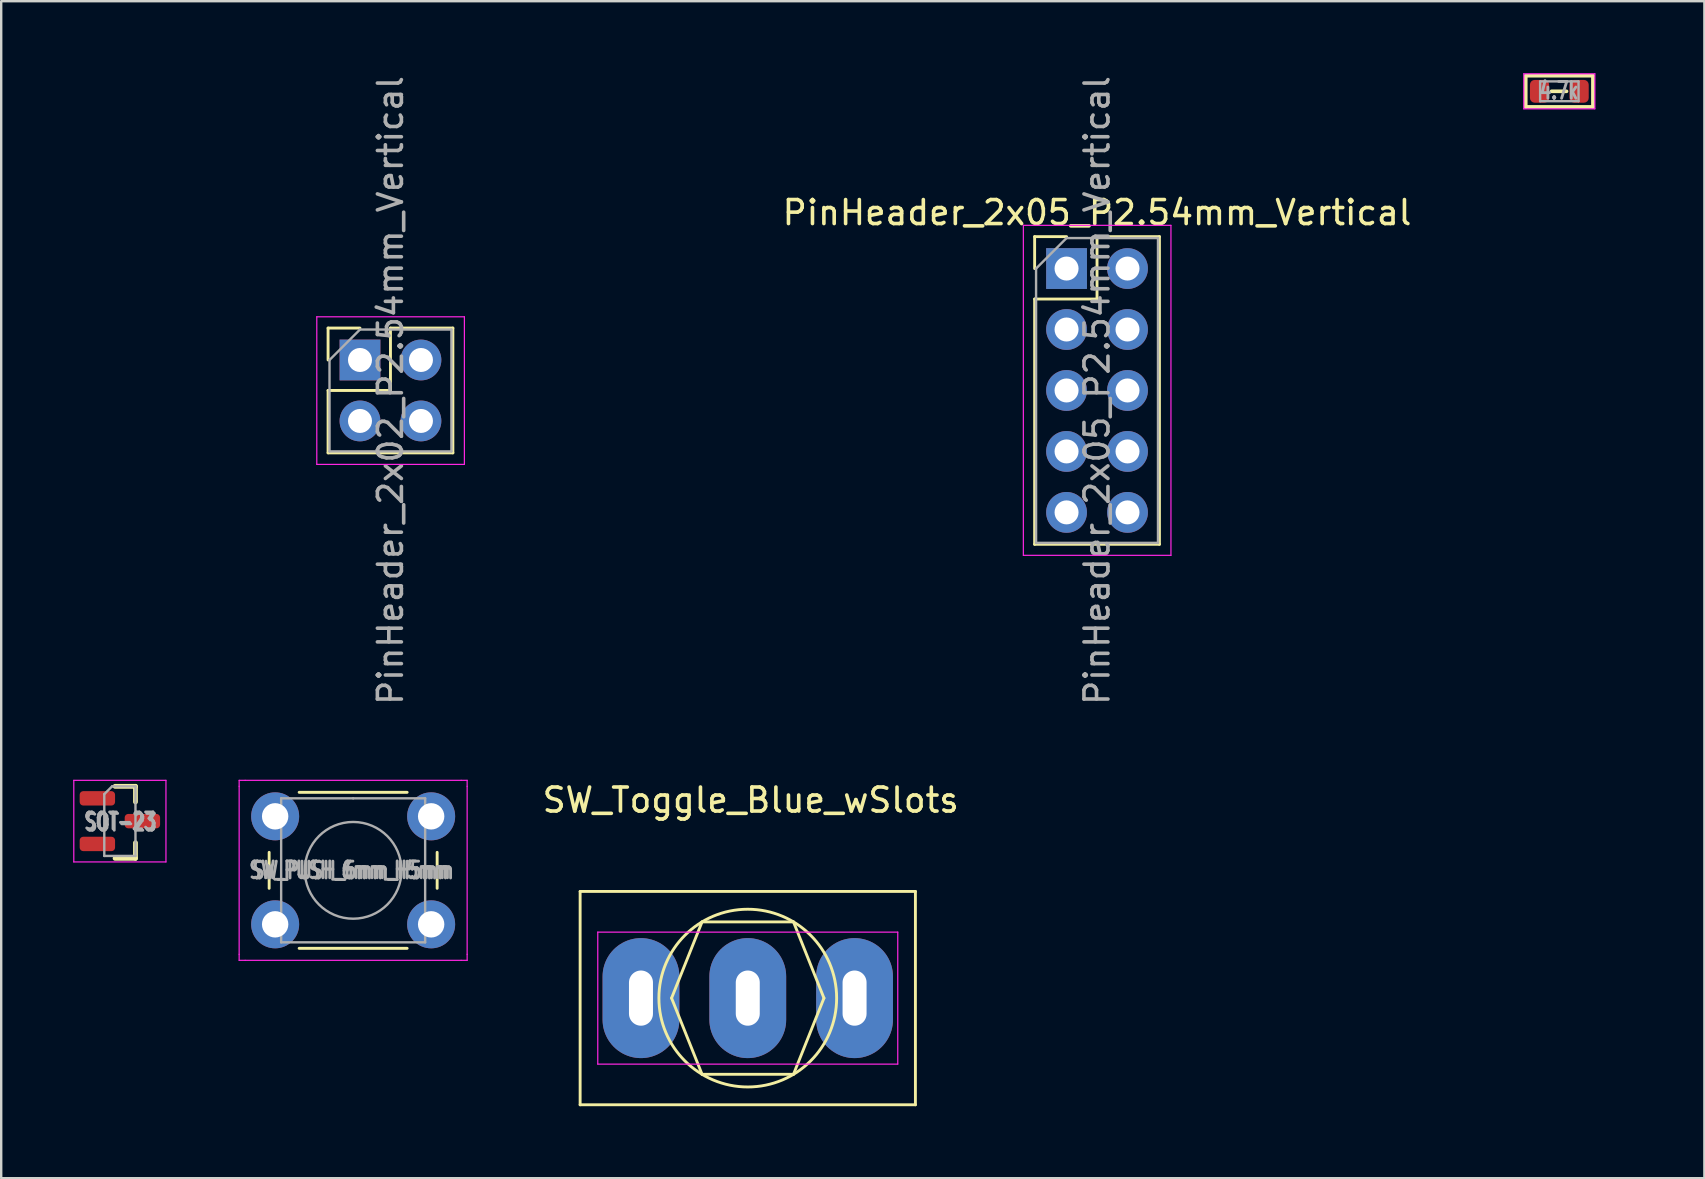
<source format=kicad_pcb>
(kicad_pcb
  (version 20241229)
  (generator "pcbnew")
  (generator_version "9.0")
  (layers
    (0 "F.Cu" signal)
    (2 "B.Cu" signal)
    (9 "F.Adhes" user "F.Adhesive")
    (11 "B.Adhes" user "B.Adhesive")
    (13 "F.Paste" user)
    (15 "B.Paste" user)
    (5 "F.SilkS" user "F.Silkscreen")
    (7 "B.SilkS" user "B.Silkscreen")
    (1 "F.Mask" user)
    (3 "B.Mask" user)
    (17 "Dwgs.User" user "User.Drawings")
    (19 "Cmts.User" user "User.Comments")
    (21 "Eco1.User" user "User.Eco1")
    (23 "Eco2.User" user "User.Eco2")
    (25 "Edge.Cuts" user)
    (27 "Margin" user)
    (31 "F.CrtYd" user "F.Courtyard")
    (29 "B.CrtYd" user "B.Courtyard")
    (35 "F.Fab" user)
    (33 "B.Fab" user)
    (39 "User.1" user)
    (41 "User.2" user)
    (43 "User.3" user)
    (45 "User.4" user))
  (footprint "SW_PUSH_6mm_H5mm"
    (layer "F.Cu")
    (at 8.415 30.965)
    (property "Reference" "SW_PUSH_6mm_H5mm" (at 3.12 2.24 0) (layer "F.Fab") (effects (font (size 0.7 0.5) (thickness 0.12))))
    (attr through_hole)
    (fp_line (start -0.25 1.5) (end -0.25 3) (stroke (width 0.12) (type solid)) (layer "F.SilkS"))
    (fp_line (start 1 5.5) (end 5.5 5.5) (stroke (width 0.12) (type solid)) (layer "F.SilkS"))
    (fp_line (start 5.5 -1) (end 1 -1) (stroke (width 0.12) (type solid)) (layer "F.SilkS"))
    (fp_line (start 6.75 3) (end 6.75 1.5) (stroke (width 0.12) (type solid)) (layer "F.SilkS"))
    (fp_line (start -1.5 -1.5) (end -1.25 -1.5) (stroke (width 0.05) (type solid)) (layer "F.CrtYd"))
    (fp_line (start -1.5 -1.25) (end -1.5 -1.5) (stroke (width 0.05) (type solid)) (layer "F.CrtYd"))
    (fp_line (start -1.5 5.75) (end -1.5 -1.25) (stroke (width 0.05) (type solid)) (layer "F.CrtYd"))
    (fp_line (start -1.5 5.75) (end -1.5 6) (stroke (width 0.05) (type solid)) (layer "F.CrtYd"))
    (fp_line (start -1.5 6) (end -1.25 6) (stroke (width 0.05) (type solid)) (layer "F.CrtYd"))
    (fp_line (start -1.25 -1.5) (end 7.75 -1.5) (stroke (width 0.05) (type solid)) (layer "F.CrtYd"))
    (fp_line (start 7.75 -1.5) (end 8 -1.5) (stroke (width 0.05) (type solid)) (layer "F.CrtYd"))
    (fp_line (start 7.75 6) (end -1.25 6) (stroke (width 0.05) (type solid)) (layer "F.CrtYd"))
    (fp_line (start 7.75 6) (end 8 6) (stroke (width 0.05) (type solid)) (layer "F.CrtYd"))
    (fp_line (start 8 -1.5) (end 8 -1.25) (stroke (width 0.05) (type solid)) (layer "F.CrtYd"))
    (fp_line (start 8 -1.25) (end 8 5.75) (stroke (width 0.05) (type solid)) (layer "F.CrtYd"))
    (fp_line (start 8 6) (end 8 5.75) (stroke (width 0.05) (type solid)) (layer "F.CrtYd"))
    (fp_line (start 0.25 -0.75) (end 3.25 -0.75) (stroke (width 0.1) (type solid)) (layer "F.Fab"))
    (fp_line (start 0.25 5.25) (end 0.25 -0.75) (stroke (width 0.1) (type solid)) (layer "F.Fab"))
    (fp_line (start 3.25 -0.75) (end 6.25 -0.75) (stroke (width 0.1) (type solid)) (layer "F.Fab"))
    (fp_line (start 6.25 -0.75) (end 6.25 5.25) (stroke (width 0.1) (type solid)) (layer "F.Fab"))
    (fp_line (start 6.25 5.25) (end 0.25 5.25) (stroke (width 0.1) (type solid)) (layer "F.Fab"))
    (fp_circle (center 3.25 2.25) (end 1.25 2.5) (stroke (width 0.1) (type solid)) (fill no) (layer "F.Fab"))
    (fp_text user "${REFERENCE}" (at 3.25 2.25 0) (layer "F.Fab") (effects (font (size 0.7 0.5) (thickness 0.12))))
    (pad "1" thru_hole circle (at 0 0 90) (size 2 2) (drill 1.1) (layers "*.Cu" "*.Mask"))
    (pad "1" thru_hole circle (at 6.5 0 90) (size 2 2) (drill 1.1) (layers "*.Cu" "*.Mask"))
    (pad "2" thru_hole circle (at 0 4.5 90) (size 2 2) (drill 1.1) (layers "*.Cu" "*.Mask"))
    (pad "2" thru_hole circle (at 6.5 4.5 90) (size 2 2) (drill 1.1) (layers "*.Cu" "*.Mask")))
  (footprint "R_0603_1608Metric"
    (layer "F.Cu")
    (at 61.924 0.755)
    (property "Reference" "R_0603_1608Metric" (at -0.025 0.075 0) (layer "User.5") (effects (font (size 0.6 0.4) (thickness 0.1) (bold yes))))
    (property "Value" "4.7k" (at 0 0 0) (layer "User.1") (hide yes) (effects (font (size 0.6 0.4) (thickness 0.1))))
    (attr smd)
    (fp_line (start -1.4 -0.65) (end 1.4 -0.65) (stroke (width 0.152) (type solid)) (layer "F.SilkS"))
    (fp_line (start -1.4 0.65) (end -1.4 -0.65) (stroke (width 0.152) (type solid)) (layer "F.SilkS"))
    (fp_line (start -1.4 0.65) (end 1.4 0.65) (stroke (width 0.152) (type solid)) (layer "F.SilkS"))
    (fp_line (start -0.325 0) (end 0.3 0) (stroke (width 0.152) (type solid)) (layer "F.SilkS"))
    (fp_line (start 1.4 0.65) (end 1.4 -0.65) (stroke (width 0.152) (type solid)) (layer "F.SilkS"))
    (fp_line (start -1.48 -0.73) (end 1.48 -0.73) (stroke (width 0.05) (type solid)) (layer "F.CrtYd"))
    (fp_line (start -1.48 0.73) (end -1.48 -0.73) (stroke (width 0.05) (type solid)) (layer "F.CrtYd"))
    (fp_line (start 1.48 -0.73) (end 1.48 0.73) (stroke (width 0.05) (type solid)) (layer "F.CrtYd"))
    (fp_line (start 1.48 0.73) (end -1.48 0.73) (stroke (width 0.05) (type solid)) (layer "F.CrtYd"))
    (fp_line (start -0.8 -0.412) (end 0.8 -0.412) (stroke (width 0.1) (type solid)) (layer "F.Fab"))
    (fp_line (start -0.8 0.412) (end -0.8 -0.412) (stroke (width 0.1) (type solid)) (layer "F.Fab"))
    (fp_line (start 0.8 -0.412) (end 0.8 0.412) (stroke (width 0.1) (type solid)) (layer "F.Fab"))
    (fp_line (start 0.8 0.412) (end -0.8 0.412) (stroke (width 0.1) (type solid)) (layer "F.Fab"))
    (fp_text user "${VALUE}" (at -0.889 0.381 0) (unlocked yes) (layer "F.Fab") (effects (font (size 0.7 0.5) (thickness 0.12) (bold yes)) (justify left bottom)))
    (fp_text user "${REFERENCE}" (at 0 0 0) (layer "User.3") (effects (font (size 0.6 0.4) (thickness 0.1))))
    (pad "1" smd roundrect (at -0.825 0 180) (size 0.8 0.95) (layers "F.Cu" "F.Mask" "F.Paste") (roundrect_rratio 0.25))
    (pad "2" smd roundrect (at 0.825 0 180) (size 0.8 0.95) (layers "F.Cu" "F.Mask" "F.Paste") (roundrect_rratio 0.25)))
  (footprint "SOT-23"
    (layer "F.Cu")
    (at 1.945 31.165)
    (property "Reference" "SOT-23" (at 0.05 0.06 0) (layer "F.Fab") (effects (font (size 0.7 0.5) (thickness 0.12))))
    (attr smd)
    (fp_line (start 0 1.56) (end 0.65 1.56) (stroke (width 0.12) (type solid)) (layer "F.SilkS"))
    (fp_line (start 0.65 -1.45) (end -0.2 -1.45) (stroke (width 0.2) (type solid)) (layer "F.SilkS"))
    (fp_line (start 0.65 -0.8) (end 0.65 -1.45) (stroke (width 0.2) (type solid)) (layer "F.SilkS"))
    (fp_line (start 0.65 1.55) (end -0.2 1.55) (stroke (width 0.2) (type solid)) (layer "F.SilkS"))
    (fp_line (start 0.65 1.55) (end 0.65 0.9) (stroke (width 0.2) (type solid)) (layer "F.SilkS"))
    (fp_line (start -1.92 -1.7) (end -1.92 1.7) (stroke (width 0.05) (type solid)) (layer "F.CrtYd"))
    (fp_line (start -1.92 1.7) (end 1.92 1.7) (stroke (width 0.05) (type solid)) (layer "F.CrtYd"))
    (fp_line (start 1.92 -1.7) (end -1.92 -1.7) (stroke (width 0.05) (type solid)) (layer "F.CrtYd"))
    (fp_line (start 1.92 1.7) (end 1.92 -1.7) (stroke (width 0.05) (type solid)) (layer "F.CrtYd"))
    (fp_line (start -0.65 -1.125) (end -0.325 -1.45) (stroke (width 0.1) (type solid)) (layer "F.Fab"))
    (fp_line (start -0.65 1.45) (end -0.65 -1.125) (stroke (width 0.1) (type solid)) (layer "F.Fab"))
    (fp_line (start -0.325 -1.45) (end 0.65 -1.45) (stroke (width 0.1) (type solid)) (layer "F.Fab"))
    (fp_line (start 0.65 -1.45) (end 0.65 1.45) (stroke (width 0.1) (type solid)) (layer "F.Fab"))
    (fp_line (start 0.65 1.45) (end -0.65 1.45) (stroke (width 0.1) (type solid)) (layer "F.Fab"))
    (fp_text user "${REFERENCE}" (at 0 0 0) (layer "F.Fab") (effects (font (size 0.7 0.5) (thickness 0.12))))
    (pad "1" smd roundrect (at -0.938 -0.95) (size 1.475 0.6) (layers "F.Cu" "F.Mask" "F.Paste") (roundrect_rratio 0.25))
    (pad "2" smd roundrect (at -0.938 0.95) (size 1.475 0.6) (layers "F.Cu" "F.Mask" "F.Paste") (roundrect_rratio 0.25))
    (pad "3" smd roundrect (at 0.938 0) (size 1.475 0.6) (layers "F.Cu" "F.Mask" "F.Paste") (roundrect_rratio 0.25)))
  (footprint "PinHeader_2x02_P2.54mm_Vertical"
    (layer "F.Cu")
    (at 11.95 11.95)
    (property "Reference" "PinHeader_2x02_P2.54mm_Vertical" (at 1.27 -2.33 180) (layer "User.1") (effects (font (size 1 1) (thickness 0.15))))
    (attr through_hole)
    (fp_line (start -1.33 -1.33) (end 0 -1.33) (stroke (width 0.12) (type solid)) (layer "F.SilkS"))
    (fp_line (start -1.33 0) (end -1.33 -1.33) (stroke (width 0.12) (type solid)) (layer "F.SilkS"))
    (fp_line (start -1.33 1.27) (end -1.33 3.87) (stroke (width 0.12) (type solid)) (layer "F.SilkS"))
    (fp_line (start -1.33 1.27) (end 1.27 1.27) (stroke (width 0.12) (type solid)) (layer "F.SilkS"))
    (fp_line (start -1.33 3.87) (end 3.87 3.87) (stroke (width 0.12) (type solid)) (layer "F.SilkS"))
    (fp_line (start 1.27 -1.33) (end 3.87 -1.33) (stroke (width 0.12) (type solid)) (layer "F.SilkS"))
    (fp_line (start 1.27 1.27) (end 1.27 -1.33) (stroke (width 0.12) (type solid)) (layer "F.SilkS"))
    (fp_line (start 3.87 -1.33) (end 3.87 3.87) (stroke (width 0.12) (type solid)) (layer "F.SilkS"))
    (fp_line (start -1.8 -1.8) (end -1.8 4.35) (stroke (width 0.05) (type solid)) (layer "F.CrtYd"))
    (fp_line (start -1.8 4.35) (end 4.35 4.35) (stroke (width 0.05) (type solid)) (layer "F.CrtYd"))
    (fp_line (start 4.35 -1.8) (end -1.8 -1.8) (stroke (width 0.05) (type solid)) (layer "F.CrtYd"))
    (fp_line (start 4.35 4.35) (end 4.35 -1.8) (stroke (width 0.05) (type solid)) (layer "F.CrtYd"))
    (fp_line (start -1.27 0) (end 0 -1.27) (stroke (width 0.1) (type solid)) (layer "F.Fab"))
    (fp_line (start -1.27 3.81) (end -1.27 0) (stroke (width 0.1) (type solid)) (layer "F.Fab"))
    (fp_line (start 0 -1.27) (end 3.81 -1.27) (stroke (width 0.1) (type solid)) (layer "F.Fab"))
    (fp_line (start 3.81 -1.27) (end 3.81 3.81) (stroke (width 0.1) (type solid)) (layer "F.Fab"))
    (fp_line (start 3.81 3.81) (end -1.27 3.81) (stroke (width 0.1) (type solid)) (layer "F.Fab"))
    (fp_text user "${REFERENCE}" (at 1.27 1.27 270) (layer "F.Fab") (effects (font (size 1 1) (thickness 0.15))))
    (pad "1" thru_hole rect (at 0 0) (size 1.7 1.7) (drill 1) (layers "*.Cu" "*.Mask"))
    (pad "2" thru_hole oval (at 2.54 0) (size 1.7 1.7) (drill 1) (layers "*.Cu" "*.Mask"))
    (pad "3" thru_hole oval (at 0 2.54) (size 1.7 1.7) (drill 1) (layers "*.Cu" "*.Mask"))
    (pad "4" thru_hole oval (at 2.54 2.54) (size 1.7 1.7) (drill 1) (layers "*.Cu" "*.Mask")))
  (footprint "PinHeader_2x05_P2.54mm_Vertical"
    (layer "F.Cu")
    (at 41.391 8.14)
    (property "Reference" "PinHeader_2x05_P2.54mm_Vertical" (at 1.27 -2.33 180) (layer "F.SilkS") (effects (font (size 1 1) (thickness 0.15))))
    (attr through_hole)
    (fp_line (start -1.33 -1.33) (end 0 -1.33) (stroke (width 0.12) (type solid)) (layer "F.SilkS"))
    (fp_line (start -1.33 0) (end -1.33 -1.33) (stroke (width 0.12) (type solid)) (layer "F.SilkS"))
    (fp_line (start -1.33 1.27) (end -1.33 11.49) (stroke (width 0.12) (type solid)) (layer "F.SilkS"))
    (fp_line (start -1.33 1.27) (end 1.27 1.27) (stroke (width 0.12) (type solid)) (layer "F.SilkS"))
    (fp_line (start -1.33 11.49) (end 3.87 11.49) (stroke (width 0.12) (type solid)) (layer "F.SilkS"))
    (fp_line (start 1.27 -1.33) (end 3.87 -1.33) (stroke (width 0.12) (type solid)) (layer "F.SilkS"))
    (fp_line (start 1.27 1.27) (end 1.27 -1.33) (stroke (width 0.12) (type solid)) (layer "F.SilkS"))
    (fp_line (start 3.87 -1.33) (end 3.87 11.49) (stroke (width 0.12) (type solid)) (layer "F.SilkS"))
    (fp_line (start -1.8 -1.8) (end -1.8 11.95) (stroke (width 0.05) (type solid)) (layer "F.CrtYd"))
    (fp_line (start -1.8 11.95) (end 4.35 11.95) (stroke (width 0.05) (type solid)) (layer "F.CrtYd"))
    (fp_line (start 4.35 -1.8) (end -1.8 -1.8) (stroke (width 0.05) (type solid)) (layer "F.CrtYd"))
    (fp_line (start 4.35 11.95) (end 4.35 -1.8) (stroke (width 0.05) (type solid)) (layer "F.CrtYd"))
    (fp_line (start -1.27 0) (end 0 -1.27) (stroke (width 0.1) (type solid)) (layer "F.Fab"))
    (fp_line (start -1.27 11.43) (end -1.27 0) (stroke (width 0.1) (type solid)) (layer "F.Fab"))
    (fp_line (start 0 -1.27) (end 3.81 -1.27) (stroke (width 0.1) (type solid)) (layer "F.Fab"))
    (fp_line (start 3.81 -1.27) (end 3.81 11.43) (stroke (width 0.1) (type solid)) (layer "F.Fab"))
    (fp_line (start 3.81 11.43) (end -1.27 11.43) (stroke (width 0.1) (type solid)) (layer "F.Fab"))
    (fp_text user "${REFERENCE}" (at 1.27 5.08 270) (layer "F.Fab") (effects (font (size 1 1) (thickness 0.15))))
    (pad "1" thru_hole rect (at 0 0 180) (size 1.7 1.7) (drill 1) (layers "*.Cu" "*.Mask"))
    (pad "2" thru_hole oval (at 2.54 0 180) (size 1.7 1.7) (drill 1) (layers "*.Cu" "*.Mask"))
    (pad "3" thru_hole oval (at 0 2.54 180) (size 1.7 1.7) (drill 1) (layers "*.Cu" "*.Mask"))
    (pad "4" thru_hole oval (at 2.54 2.54 180) (size 1.7 1.7) (drill 1) (layers "*.Cu" "*.Mask"))
    (pad "5" thru_hole oval (at 0 5.08 180) (size 1.7 1.7) (drill 1) (layers "*.Cu" "*.Mask"))
    (pad "6" thru_hole oval (at 2.54 5.08 180) (size 1.7 1.7) (drill 1) (layers "*.Cu" "*.Mask"))
    (pad "7" thru_hole oval (at 0 7.62 180) (size 1.7 1.7) (drill 1) (layers "*.Cu" "*.Mask"))
    (pad "8" thru_hole oval (at 2.54 7.62 180) (size 1.7 1.7) (drill 1) (layers "*.Cu" "*.Mask"))
    (pad "9" thru_hole oval (at 0 10.16 180) (size 1.7 1.7) (drill 1) (layers "*.Cu" "*.Mask"))
    (pad "10" thru_hole oval (at 2.54 10.16 180) (size 1.7 1.7) (drill 1) (layers "*.Cu" "*.Mask")))
  (footprint "SW_Toggle_Blue_wSlots"
    (layer "F.Cu")
    (at 28.108 38.539)
    (property "Reference" "SW_Toggle_Blue_wSlots" (at 0.124 -8.25 0) (layer "F.SilkS") (effects (font (size 1 1) (thickness 0.15))))
    (attr through_hole)
    (fp_line (start -6.985 -4.445) (end 6.985 -4.445) (stroke (width 0.12) (type solid)) (layer "F.SilkS"))
    (fp_line (start -6.985 4.445) (end -6.985 -4.445) (stroke (width 0.12) (type solid)) (layer "F.SilkS"))
    (fp_line (start -3.175 0) (end -1.905 -3.175) (stroke (width 0.12) (type solid)) (layer "F.SilkS"))
    (fp_line (start -1.905 -3.175) (end 1.905 -3.175) (stroke (width 0.12) (type solid)) (layer "F.SilkS"))
    (fp_line (start -1.905 3.175) (end -3.175 0) (stroke (width 0.12) (type solid)) (layer "F.SilkS"))
    (fp_line (start 1.905 -3.175) (end 3.175 0) (stroke (width 0.12) (type solid)) (layer "F.SilkS"))
    (fp_line (start 1.905 3.175) (end -1.905 3.175) (stroke (width 0.12) (type solid)) (layer "F.SilkS"))
    (fp_line (start 3.175 0) (end 1.905 3.175) (stroke (width 0.12) (type solid)) (layer "F.SilkS"))
    (fp_line (start 6.985 -4.445) (end 6.985 4.445) (stroke (width 0.12) (type solid)) (layer "F.SilkS"))
    (fp_line (start 6.985 4.445) (end -6.985 4.445) (stroke (width 0.12) (type solid)) (layer "F.SilkS"))
    (fp_circle (center 0 0) (end 1.905 3.175) (stroke (width 0.12) (type solid)) (fill no) (layer "F.SilkS"))
    (fp_line (start -4.902 -1.422) (end -4.013 -1.422) (stroke (width 0.12) (type solid)) (layer "Eco2.User"))
    (fp_line (start -4.902 1.372) (end -4.902 -1.422) (stroke (width 0.12) (type solid)) (layer "Eco2.User"))
    (fp_line (start -4.013 -1.422) (end -4.013 1.372) (stroke (width 0.12) (type solid)) (layer "Eco2.User"))
    (fp_line (start -4.013 1.372) (end -4.902 1.372) (stroke (width 0.12) (type solid)) (layer "Eco2.User"))
    (fp_line (start -0.457 -1.422) (end 0.432 -1.422) (stroke (width 0.12) (type solid)) (layer "Eco2.User"))
    (fp_line (start -0.457 1.372) (end -0.457 -1.422) (stroke (width 0.12) (type solid)) (layer "Eco2.User"))
    (fp_line (start 0.432 -1.422) (end 0.432 1.372) (stroke (width 0.12) (type solid)) (layer "Eco2.User"))
    (fp_line (start 0.432 1.372) (end -0.457 1.372) (stroke (width 0.12) (type solid)) (layer "Eco2.User"))
    (fp_line (start 4.013 -1.422) (end 4.877 -1.422) (stroke (width 0.12) (type solid)) (layer "Eco2.User"))
    (fp_line (start 4.013 1.372) (end 4.013 -1.422) (stroke (width 0.12) (type solid)) (layer "Eco2.User"))
    (fp_line (start 4.877 -1.422) (end 4.902 1.372) (stroke (width 0.12) (type solid)) (layer "Eco2.User"))
    (fp_line (start 4.902 1.372) (end 4.013 1.372) (stroke (width 0.12) (type solid)) (layer "Eco2.User"))
    (fp_line (start -6.25 -2.75) (end 6.25 -2.75) (stroke (width 0.05) (type solid)) (layer "F.CrtYd"))
    (fp_line (start -6.25 2.75) (end -6.25 -2.75) (stroke (width 0.05) (type solid)) (layer "F.CrtYd"))
    (fp_line (start 6.25 -2.75) (end 6.25 2.75) (stroke (width 0.05) (type solid)) (layer "F.CrtYd"))
    (fp_line (start 6.25 2.75) (end -6.25 2.75) (stroke (width 0.05) (type solid)) (layer "F.CrtYd"))
    (pad "1" thru_hole oval (at -4.45 0) (size 3.2 5) (drill oval 1 2.3) (layers "*.Cu" "*.Mask"))
    (pad "2" thru_hole oval (at 0 0) (size 3.2 5) (drill oval 1 2.3) (layers "*.Cu" "*.Mask"))
    (pad "3" thru_hole oval (at 4.45 0) (size 3.2 5) (drill oval 1 2.3) (layers "*.Cu" "*.Mask")))
  (gr_rect
    (start -3 -3)
    (end 67.968 46.044)
    (stroke (width 0.1) (type default))
    (fill no)
    (layer "Edge.Cuts")))
</source>
